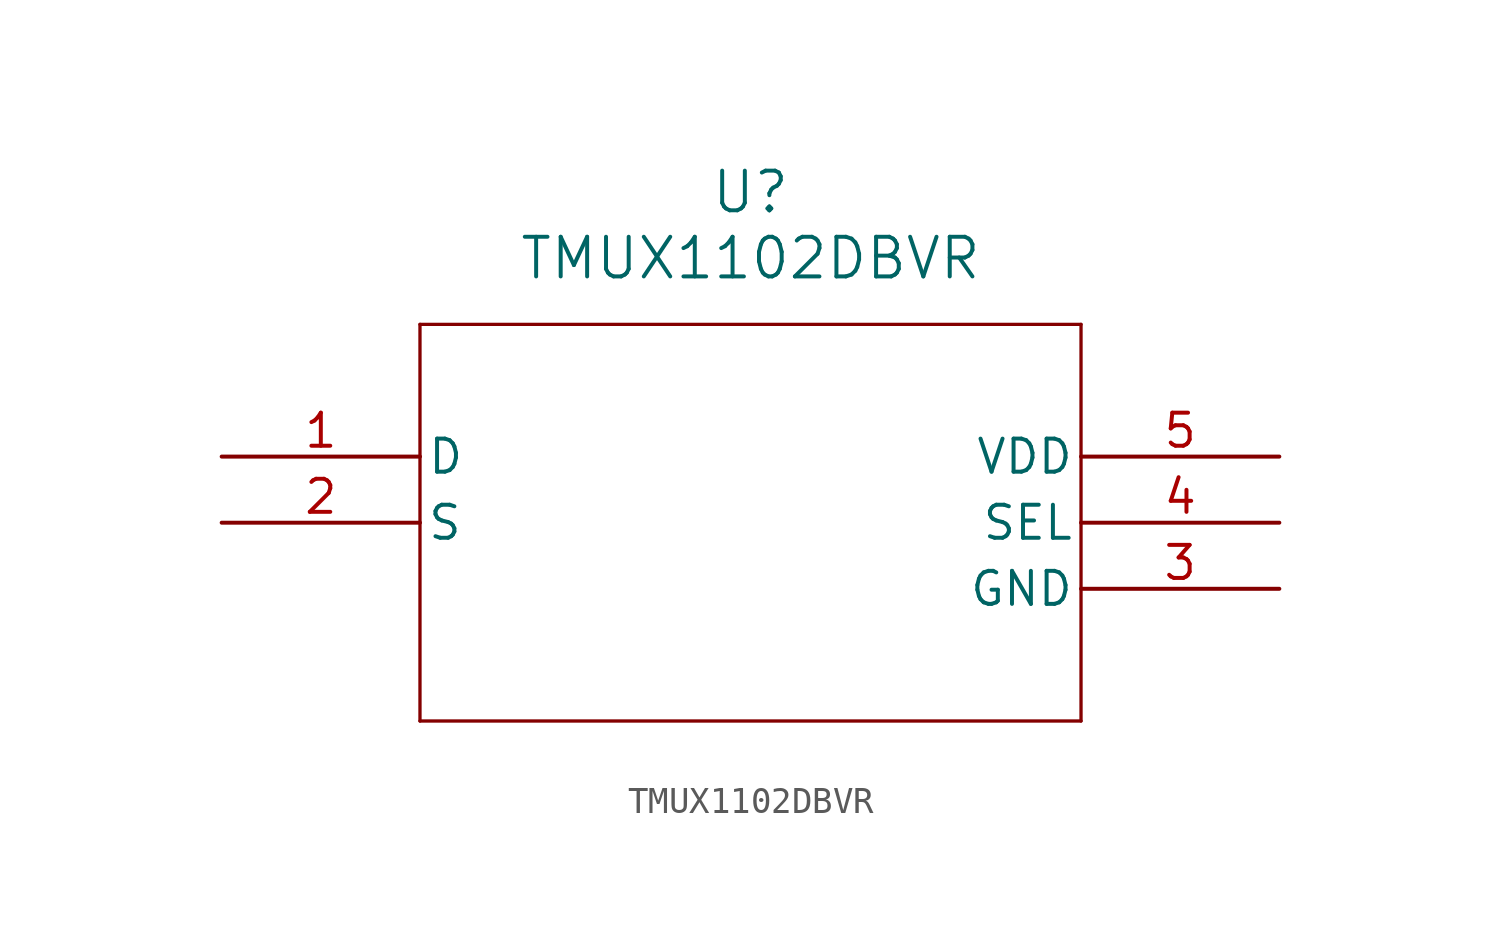
<source format=kicad_sym>
(kicad_symbol_lib
  (version 20211014)
  (generator kicad_symbol_editor)
  (symbol "TMUX1102DBVR"
    (pin_names
      (offset 0.254))
    (property "Reference" "U"
      (at 20.32 10.16 0)
      (effects (font (size 1.524 1.524))))
    (property "Value" "TMUX1102DBVR"
      (at 20.32 7.62 0)
      (effects (font (size 1.524 1.524))))
    (symbol "TMUX1102DBVR_0_1"
      (polyline (pts (xy 7.62 5.08) (xy 7.62 -10.16)) (stroke (width 0.127) (type default) (color 0 0 0 0)) (fill (type none)))
      (polyline (pts (xy 7.62 -10.16) (xy 33.02 -10.16)) (stroke (width 0.127) (type default) (color 0 0 0 0)) (fill (type none)))
      (polyline (pts (xy 33.02 -10.16) (xy 33.02 5.08)) (stroke (width 0.127) (type default) (color 0 0 0 0)) (fill (type none)))
      (polyline (pts (xy 33.02 5.08) (xy 7.62 5.08)) (stroke (width 0.127) (type default) (color 0 0 0 0)) (fill (type none)))
      (pin unspecified line (at 0 0 0) (length 7.62) (name "D" (effects (font (size 1.27 1.27)))) (number "1" (effects (font (size 1.27 1.27)))))
      (pin unspecified line (at 0 -2.54 0) (length 7.62) (name "S" (effects (font (size 1.27 1.27)))) (number "2" (effects (font (size 1.27 1.27)))))
      (pin power_out line (at 40.64 -5.08 180) (length 7.62) (name "GND" (effects (font (size 1.27 1.27)))) (number "3" (effects (font (size 1.27 1.27)))))
      (pin unspecified line (at 40.64 -2.54 180) (length 7.62) (name "SEL" (effects (font (size 1.27 1.27)))) (number "4" (effects (font (size 1.27 1.27)))))
      (pin power_in line (at 40.64 0 180) (length 7.62) (name "VDD" (effects (font (size 1.27 1.27)))) (number "5" (effects (font (size 1.27 1.27))))))))
</source>
